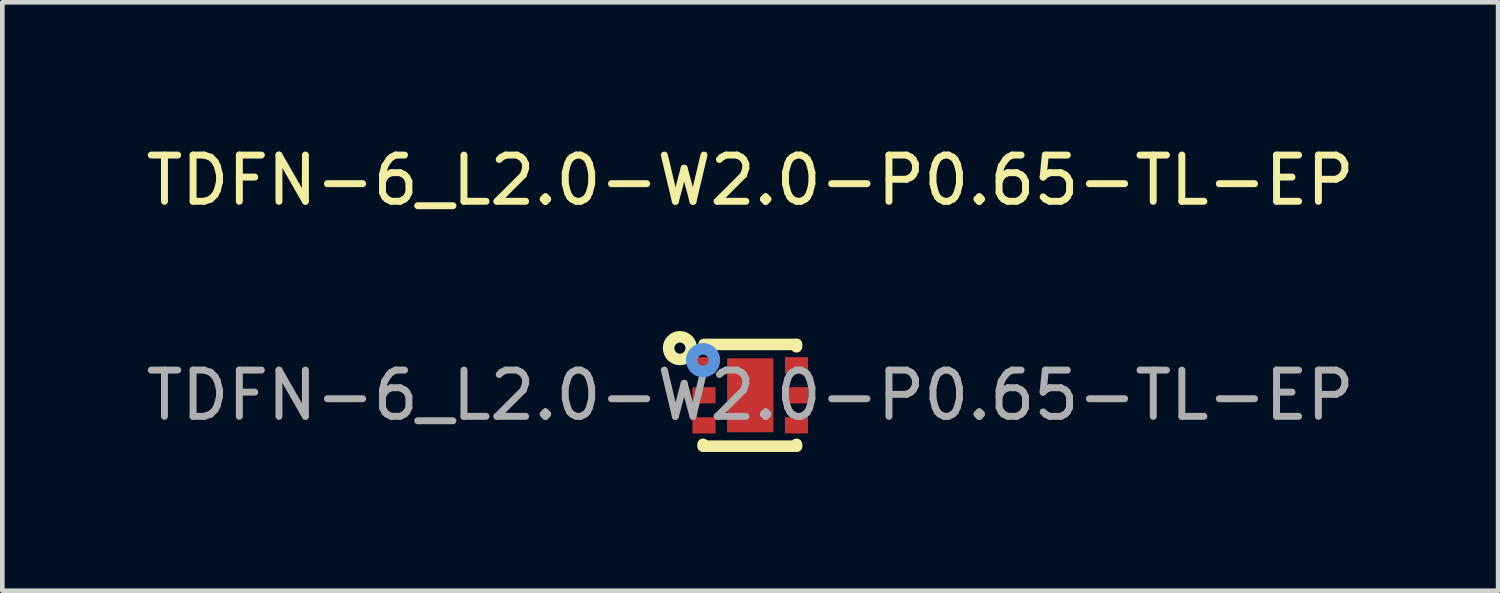
<source format=kicad_pcb>
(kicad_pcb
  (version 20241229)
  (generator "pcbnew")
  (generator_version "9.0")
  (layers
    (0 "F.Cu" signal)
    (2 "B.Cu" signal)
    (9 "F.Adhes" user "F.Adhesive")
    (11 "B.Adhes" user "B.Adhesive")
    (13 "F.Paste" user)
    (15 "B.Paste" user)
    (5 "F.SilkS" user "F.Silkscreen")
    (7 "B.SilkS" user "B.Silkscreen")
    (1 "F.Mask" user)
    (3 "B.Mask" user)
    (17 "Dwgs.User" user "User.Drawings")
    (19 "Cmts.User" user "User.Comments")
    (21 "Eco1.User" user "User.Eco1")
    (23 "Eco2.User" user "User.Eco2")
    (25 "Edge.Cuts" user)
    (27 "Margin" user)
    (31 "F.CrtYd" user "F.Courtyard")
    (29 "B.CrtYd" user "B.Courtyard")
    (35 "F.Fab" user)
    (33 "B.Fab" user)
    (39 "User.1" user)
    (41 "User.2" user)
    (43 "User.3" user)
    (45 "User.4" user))
  (footprint "TDFN-6_L2.0-W2.0-P0.65-TL-EP"
    (layer "F.Cu")
    (at 13.173 5.498)
    (property "Reference" "TDFN-6_L2.0-W2.0-P0.65-TL-EP" (at 0 -4.65 0) (layer "F.SilkS") (effects (font (size 1 1) (thickness 0.15))))
    (attr through_hole)
    (fp_line (start -1.02 1.06) (end -1.02 1.1) (stroke (width 0.25) (type solid)) (layer "F.SilkS"))
    (fp_line (start -1 -1.1) (end 1 -1.1) (stroke (width 0.25) (type solid)) (layer "F.SilkS"))
    (fp_line (start -1 1.1) (end 1 1.1) (stroke (width 0.25) (type solid)) (layer "F.SilkS"))
    (fp_line (start 1 -1.1) (end 1 -1.05) (stroke (width 0.25) (type solid)) (layer "F.SilkS"))
    (fp_line (start 1 1.06) (end 1 1.1) (stroke (width 0.25) (type solid)) (layer "F.SilkS"))
    (fp_circle (center -1.52 -1.02) (end -1.4 -1.02) (stroke (width 0.25) (type solid)) (fill no) (layer "F.SilkS"))
    (fp_circle (center -1.02 -0.76) (end -0.9 -0.76) (stroke (width 0.25) (type solid)) (fill no) (layer "Cmts.User"))
    (fp_circle (center -1 -1) (end -0.97 -1) (stroke (width 0.06) (type solid)) (fill no) (layer "F.Fab"))
    (fp_text user "${REFERENCE}" (at 0 0 0) (layer "F.Fab") (effects (font (size 1 1) (thickness 0.15))))
    (pad "1" smd rect (at -1 -0.65 90) (size 0.35 0.5) (layers "F.Cu" "F.Mask" "F.Paste"))
    (pad "2" smd rect (at -1 0 90) (size 0.35 0.5) (layers "F.Cu" "F.Mask" "F.Paste"))
    (pad "3" smd rect (at -1 0.65 90) (size 0.35 0.5) (layers "F.Cu" "F.Mask" "F.Paste"))
    (pad "4" smd rect (at 1 0.65 90) (size 0.35 0.5) (layers "F.Cu" "F.Mask" "F.Paste"))
    (pad "5" smd rect (at 1 0 90) (size 0.35 0.5) (layers "F.Cu" "F.Mask" "F.Paste"))
    (pad "6" smd rect (at 1 -0.65 90) (size 0.35 0.5) (layers "F.Cu" "F.Mask" "F.Paste"))
    (pad "7" smd rect (at 0 0 180) (size 1 1.6) (layers "F.Cu" "F.Mask" "F.Paste")))
  (gr_rect
    (start -3 -3)
    (end 29.345 9.723)
    (stroke (width 0.1) (type default))
    (fill no)
    (layer "Edge.Cuts")))
</source>
